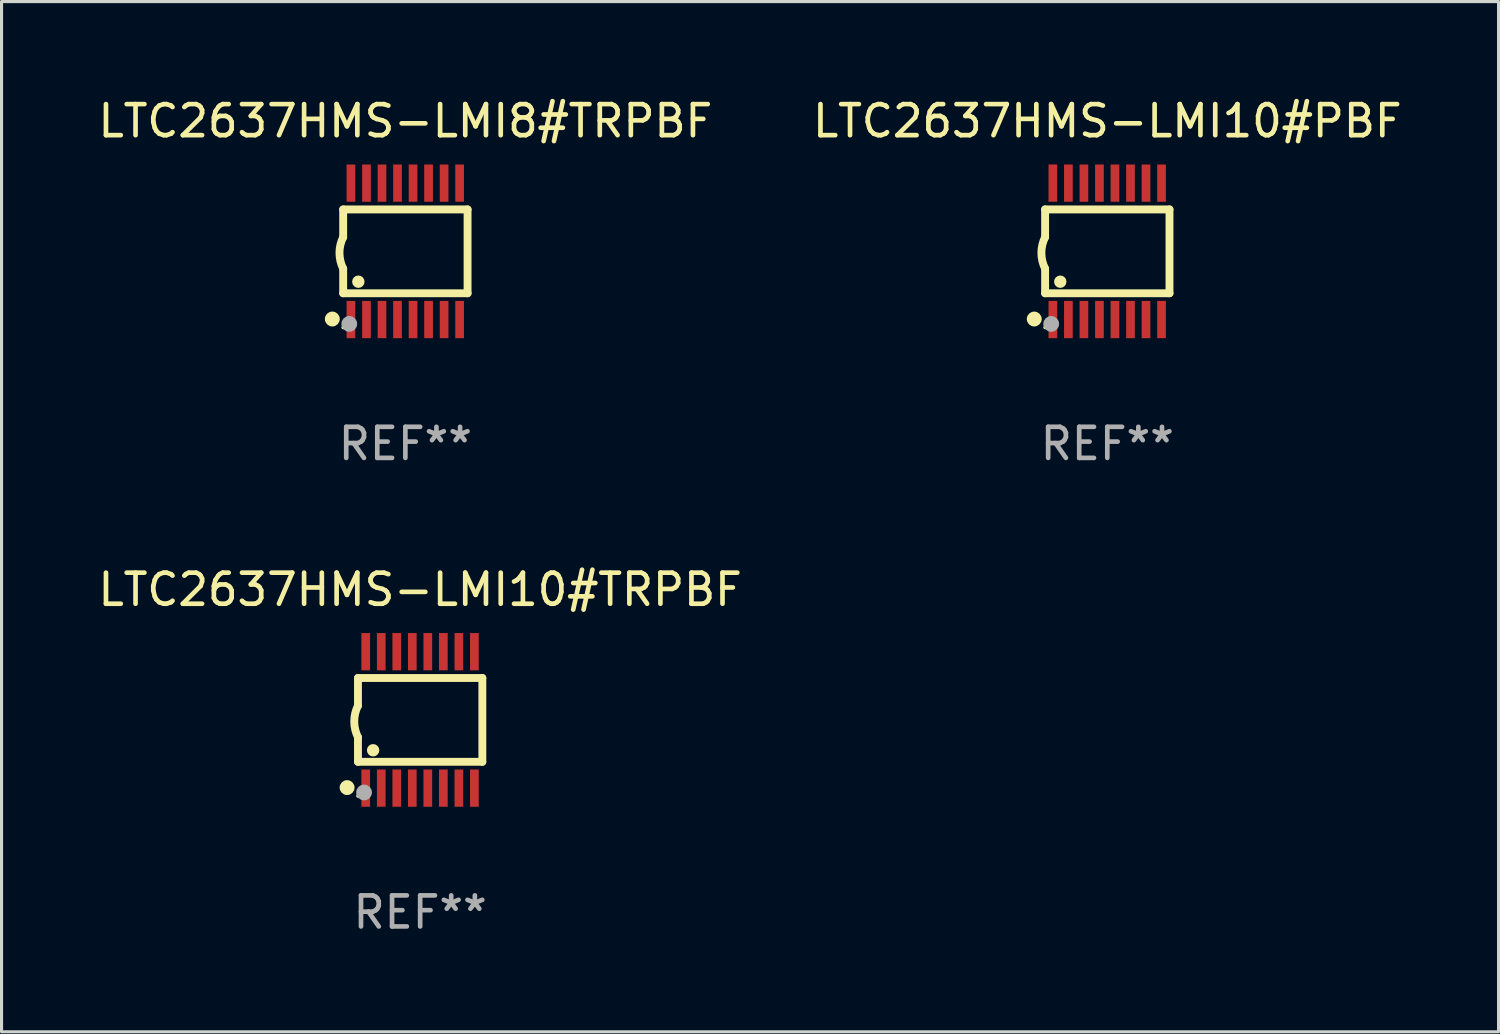
<source format=kicad_pcb>
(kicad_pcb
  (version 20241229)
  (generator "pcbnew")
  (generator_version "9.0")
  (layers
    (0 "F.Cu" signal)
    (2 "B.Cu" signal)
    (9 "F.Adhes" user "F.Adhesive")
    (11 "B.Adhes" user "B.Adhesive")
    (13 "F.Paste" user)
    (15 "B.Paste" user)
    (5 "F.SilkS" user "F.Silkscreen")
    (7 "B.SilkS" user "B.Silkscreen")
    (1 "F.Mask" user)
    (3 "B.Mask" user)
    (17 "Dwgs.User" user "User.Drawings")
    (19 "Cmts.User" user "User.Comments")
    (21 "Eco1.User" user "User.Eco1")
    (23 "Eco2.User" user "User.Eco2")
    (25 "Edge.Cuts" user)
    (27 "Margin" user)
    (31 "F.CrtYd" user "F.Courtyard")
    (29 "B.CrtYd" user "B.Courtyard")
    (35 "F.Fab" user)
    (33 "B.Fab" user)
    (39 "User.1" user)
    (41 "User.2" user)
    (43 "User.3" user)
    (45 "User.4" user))
  (footprint "LTC2637HMS-LMI10#TRPBF"
    (layer "F.Cu")
    (at 10.482 20.136)
    (property "Reference" "LTC2637HMS-LMI10#TRPBF" (at 0 -4.197 0) (layer "F.SilkS") (effects (font (size 1 1) (thickness 0.15))))
    (attr through_hole)
    (fp_line (start -2.003 -1.35) (end -2.003 -0.457) (stroke (width 0.254) (type solid)) (layer "F.SilkS"))
    (fp_line (start -2.003 -1.35) (end 2.003 -1.35) (stroke (width 0.254) (type solid)) (layer "F.SilkS"))
    (fp_line (start -2.003 1.35) (end -2.003 0.559) (stroke (width 0.254) (type solid)) (layer "F.SilkS"))
    (fp_line (start -2.003 1.35) (end 2.003 1.35) (stroke (width 0.254) (type solid)) (layer "F.SilkS"))
    (fp_line (start 2.003 -1.35) (end 2.003 1.35) (stroke (width 0.254) (type solid)) (layer "F.SilkS"))
    (fp_arc (start -2.002286 0.558802) (mid -2.122556 0.05092) (end -2.003302 -0.457201) (stroke (width 0.254001) (type solid)) (layer "F.SilkS"))
    (fp_circle (center -2.353 2.18) (end -2.233 2.18) (stroke (width 0.24) (type solid)) (fill no) (layer "F.SilkS"))
    (fp_circle (center -2.003 2.45) (end -1.973 2.45) (stroke (width 0.06) (type solid)) (fill no) (layer "F.SilkS"))
    (fp_circle (center -1.515 0.978) (end -1.415 0.978) (stroke (width 0.2) (type solid)) (fill no) (layer "F.SilkS"))
    (fp_circle (center -1.807 2.337) (end -1.68 2.337) (stroke (width 0.254) (type solid)) (fill no) (layer "F.Fab"))
    (fp_text user "REF**" (at 0 6.197 0) (layer "F.Fab") (effects (font (size 1 1) (thickness 0.15))))
    (pad "1" smd rect (at -1.753 2.197 90) (size 1.2 0.28) (layers "F.Cu" "F.Mask" "F.Paste"))
    (pad "2" smd rect (at -1.253 2.197 90) (size 1.2 0.28) (layers "F.Cu" "F.Mask" "F.Paste"))
    (pad "3" smd rect (at -0.753 2.197 90) (size 1.2 0.28) (layers "F.Cu" "F.Mask" "F.Paste"))
    (pad "4" smd rect (at -0.253 2.197 90) (size 1.2 0.28) (layers "F.Cu" "F.Mask" "F.Paste"))
    (pad "5" smd rect (at 0.247 2.197 90) (size 1.2 0.28) (layers "F.Cu" "F.Mask" "F.Paste"))
    (pad "6" smd rect (at 0.747 2.197 90) (size 1.2 0.28) (layers "F.Cu" "F.Mask" "F.Paste"))
    (pad "7" smd rect (at 1.247 2.197 90) (size 1.2 0.28) (layers "F.Cu" "F.Mask" "F.Paste"))
    (pad "8" smd rect (at 1.747 2.197 90) (size 1.2 0.28) (layers "F.Cu" "F.Mask" "F.Paste"))
    (pad "9" smd rect (at 1.747 -2.197 90) (size 1.2 0.28) (layers "F.Cu" "F.Mask" "F.Paste"))
    (pad "10" smd rect (at 1.247 -2.197 90) (size 1.2 0.28) (layers "F.Cu" "F.Mask" "F.Paste"))
    (pad "11" smd rect (at 0.747 -2.197 90) (size 1.2 0.28) (layers "F.Cu" "F.Mask" "F.Paste"))
    (pad "12" smd rect (at 0.247 -2.197 90) (size 1.2 0.28) (layers "F.Cu" "F.Mask" "F.Paste"))
    (pad "13" smd rect (at -0.253 -2.197 90) (size 1.2 0.28) (layers "F.Cu" "F.Mask" "F.Paste"))
    (pad "14" smd rect (at -0.753 -2.197 90) (size 1.2 0.28) (layers "F.Cu" "F.Mask" "F.Paste"))
    (pad "15" smd rect (at -1.253 -2.197 90) (size 1.2 0.28) (layers "F.Cu" "F.Mask" "F.Paste"))
    (pad "16" smd rect (at -1.753 -2.197 90) (size 1.2 0.28) (layers "F.Cu" "F.Mask" "F.Paste")))
  (footprint "LTC2637HMS-LMI10#PBF"
    (layer "F.Cu")
    (at 32.613 5.045)
    (property "Reference" "LTC2637HMS-LMI10#PBF" (at 0 -4.197 0) (layer "F.SilkS") (effects (font (size 1 1) (thickness 0.15))))
    (attr through_hole)
    (fp_line (start -2.003 -1.35) (end -2.003 -0.457) (stroke (width 0.254) (type solid)) (layer "F.SilkS"))
    (fp_line (start -2.003 -1.35) (end 2.003 -1.35) (stroke (width 0.254) (type solid)) (layer "F.SilkS"))
    (fp_line (start -2.003 1.35) (end -2.003 0.559) (stroke (width 0.254) (type solid)) (layer "F.SilkS"))
    (fp_line (start -2.003 1.35) (end 2.003 1.35) (stroke (width 0.254) (type solid)) (layer "F.SilkS"))
    (fp_line (start 2.003 -1.35) (end 2.003 1.35) (stroke (width 0.254) (type solid)) (layer "F.SilkS"))
    (fp_arc (start -2.002286 0.558802) (mid -2.122556 0.05092) (end -2.003302 -0.457201) (stroke (width 0.254001) (type solid)) (layer "F.SilkS"))
    (fp_circle (center -2.353 2.18) (end -2.233 2.18) (stroke (width 0.24) (type solid)) (fill no) (layer "F.SilkS"))
    (fp_circle (center -2.003 2.45) (end -1.973 2.45) (stroke (width 0.06) (type solid)) (fill no) (layer "F.SilkS"))
    (fp_circle (center -1.515 0.978) (end -1.415 0.978) (stroke (width 0.2) (type solid)) (fill no) (layer "F.SilkS"))
    (fp_circle (center -1.807 2.337) (end -1.68 2.337) (stroke (width 0.254) (type solid)) (fill no) (layer "F.Fab"))
    (fp_text user "REF**" (at 0 6.197 0) (layer "F.Fab") (effects (font (size 1 1) (thickness 0.15))))
    (pad "1" smd rect (at -1.753 2.197 90) (size 1.2 0.28) (layers "F.Cu" "F.Mask" "F.Paste"))
    (pad "2" smd rect (at -1.253 2.197 90) (size 1.2 0.28) (layers "F.Cu" "F.Mask" "F.Paste"))
    (pad "3" smd rect (at -0.753 2.197 90) (size 1.2 0.28) (layers "F.Cu" "F.Mask" "F.Paste"))
    (pad "4" smd rect (at -0.253 2.197 90) (size 1.2 0.28) (layers "F.Cu" "F.Mask" "F.Paste"))
    (pad "5" smd rect (at 0.247 2.197 90) (size 1.2 0.28) (layers "F.Cu" "F.Mask" "F.Paste"))
    (pad "6" smd rect (at 0.747 2.197 90) (size 1.2 0.28) (layers "F.Cu" "F.Mask" "F.Paste"))
    (pad "7" smd rect (at 1.247 2.197 90) (size 1.2 0.28) (layers "F.Cu" "F.Mask" "F.Paste"))
    (pad "8" smd rect (at 1.747 2.197 90) (size 1.2 0.28) (layers "F.Cu" "F.Mask" "F.Paste"))
    (pad "9" smd rect (at 1.747 -2.197 90) (size 1.2 0.28) (layers "F.Cu" "F.Mask" "F.Paste"))
    (pad "10" smd rect (at 1.247 -2.197 90) (size 1.2 0.28) (layers "F.Cu" "F.Mask" "F.Paste"))
    (pad "11" smd rect (at 0.747 -2.197 90) (size 1.2 0.28) (layers "F.Cu" "F.Mask" "F.Paste"))
    (pad "12" smd rect (at 0.247 -2.197 90) (size 1.2 0.28) (layers "F.Cu" "F.Mask" "F.Paste"))
    (pad "13" smd rect (at -0.253 -2.197 90) (size 1.2 0.28) (layers "F.Cu" "F.Mask" "F.Paste"))
    (pad "14" smd rect (at -0.753 -2.197 90) (size 1.2 0.28) (layers "F.Cu" "F.Mask" "F.Paste"))
    (pad "15" smd rect (at -1.253 -2.197 90) (size 1.2 0.28) (layers "F.Cu" "F.Mask" "F.Paste"))
    (pad "16" smd rect (at -1.753 -2.197 90) (size 1.2 0.28) (layers "F.Cu" "F.Mask" "F.Paste")))
  (footprint "LTC2637HMS-LMI8#TRPBF"
    (layer "F.Cu")
    (at 10.006 5.045)
    (property "Reference" "LTC2637HMS-LMI8#TRPBF" (at 0 -4.197 0) (layer "F.SilkS") (effects (font (size 1 1) (thickness 0.15))))
    (attr through_hole)
    (fp_line (start -2.003 -1.35) (end -2.003 -0.457) (stroke (width 0.254) (type solid)) (layer "F.SilkS"))
    (fp_line (start -2.003 -1.35) (end 2.003 -1.35) (stroke (width 0.254) (type solid)) (layer "F.SilkS"))
    (fp_line (start -2.003 1.35) (end -2.003 0.559) (stroke (width 0.254) (type solid)) (layer "F.SilkS"))
    (fp_line (start -2.003 1.35) (end 2.003 1.35) (stroke (width 0.254) (type solid)) (layer "F.SilkS"))
    (fp_line (start 2.003 -1.35) (end 2.003 1.35) (stroke (width 0.254) (type solid)) (layer "F.SilkS"))
    (fp_arc (start -2.002286 0.558802) (mid -2.122556 0.05092) (end -2.003302 -0.457201) (stroke (width 0.254001) (type solid)) (layer "F.SilkS"))
    (fp_circle (center -2.353 2.18) (end -2.233 2.18) (stroke (width 0.24) (type solid)) (fill no) (layer "F.SilkS"))
    (fp_circle (center -2.003 2.45) (end -1.973 2.45) (stroke (width 0.06) (type solid)) (fill no) (layer "F.SilkS"))
    (fp_circle (center -1.515 0.978) (end -1.415 0.978) (stroke (width 0.2) (type solid)) (fill no) (layer "F.SilkS"))
    (fp_circle (center -1.807 2.337) (end -1.68 2.337) (stroke (width 0.254) (type solid)) (fill no) (layer "F.Fab"))
    (fp_text user "REF**" (at 0 6.197 0) (layer "F.Fab") (effects (font (size 1 1) (thickness 0.15))))
    (pad "1" smd rect (at -1.753 2.197 90) (size 1.2 0.28) (layers "F.Cu" "F.Mask" "F.Paste"))
    (pad "2" smd rect (at -1.253 2.197 90) (size 1.2 0.28) (layers "F.Cu" "F.Mask" "F.Paste"))
    (pad "3" smd rect (at -0.753 2.197 90) (size 1.2 0.28) (layers "F.Cu" "F.Mask" "F.Paste"))
    (pad "4" smd rect (at -0.253 2.197 90) (size 1.2 0.28) (layers "F.Cu" "F.Mask" "F.Paste"))
    (pad "5" smd rect (at 0.247 2.197 90) (size 1.2 0.28) (layers "F.Cu" "F.Mask" "F.Paste"))
    (pad "6" smd rect (at 0.747 2.197 90) (size 1.2 0.28) (layers "F.Cu" "F.Mask" "F.Paste"))
    (pad "7" smd rect (at 1.247 2.197 90) (size 1.2 0.28) (layers "F.Cu" "F.Mask" "F.Paste"))
    (pad "8" smd rect (at 1.747 2.197 90) (size 1.2 0.28) (layers "F.Cu" "F.Mask" "F.Paste"))
    (pad "9" smd rect (at 1.747 -2.197 90) (size 1.2 0.28) (layers "F.Cu" "F.Mask" "F.Paste"))
    (pad "10" smd rect (at 1.247 -2.197 90) (size 1.2 0.28) (layers "F.Cu" "F.Mask" "F.Paste"))
    (pad "11" smd rect (at 0.747 -2.197 90) (size 1.2 0.28) (layers "F.Cu" "F.Mask" "F.Paste"))
    (pad "12" smd rect (at 0.247 -2.197 90) (size 1.2 0.28) (layers "F.Cu" "F.Mask" "F.Paste"))
    (pad "13" smd rect (at -0.253 -2.197 90) (size 1.2 0.28) (layers "F.Cu" "F.Mask" "F.Paste"))
    (pad "14" smd rect (at -0.753 -2.197 90) (size 1.2 0.28) (layers "F.Cu" "F.Mask" "F.Paste"))
    (pad "15" smd rect (at -1.253 -2.197 90) (size 1.2 0.28) (layers "F.Cu" "F.Mask" "F.Paste"))
    (pad "16" smd rect (at -1.753 -2.197 90) (size 1.2 0.28) (layers "F.Cu" "F.Mask" "F.Paste")))
  (gr_rect
    (start -3 -3)
    (end 45.214 30.181)
    (stroke (width 0.1) (type default))
    (fill no)
    (layer "Edge.Cuts")))
</source>
